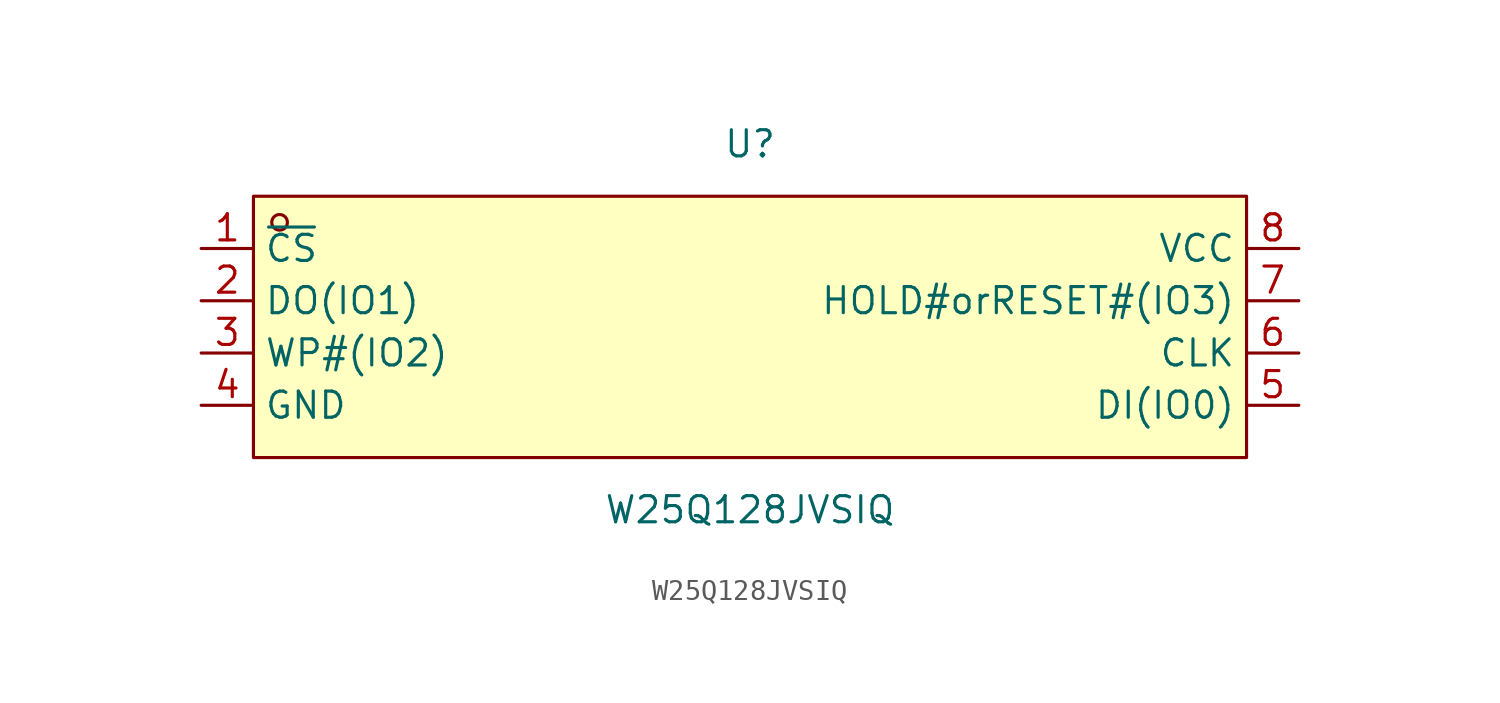
<source format=kicad_sym>
(kicad_symbol_lib
  (version 20241209)
  (generator "kicad_symbol_editor")
  (generator_version "9.0")
  (symbol "W25Q128JVSIQ"
    (property "Reference" "U"
      (at 0 8.89 0)
      (effects (font (size 1.27 1.27))))
    (property "Value" "W25Q128JVSIQ"
      (at 0 -8.89 0)
      (effects (font (size 1.27 1.27))))
    (symbol "W25Q128JVSIQ_0_1"
      (rectangle (start -24.13 6.35) (end 24.13 -6.35) (stroke (width 0) (type default)) (fill (type background)))
      (circle (center -22.86 5.08) (radius 0.38) (stroke (width 0) (type default)) (fill (type none)))
      (pin unspecified line (at -26.67 3.81 0) (length 2.54) (name "~{CS}" (effects (font (size 1.27 1.27)))) (number "1" (effects (font (size 1.27 1.27)))))
      (pin unspecified line (at -26.67 1.27 0) (length 2.54) (name "DO(IO1)" (effects (font (size 1.27 1.27)))) (number "2" (effects (font (size 1.27 1.27)))))
      (pin unspecified line (at -26.67 -1.27 0) (length 2.54) (name "WP#(IO2)" (effects (font (size 1.27 1.27)))) (number "3" (effects (font (size 1.27 1.27)))))
      (pin unspecified line (at -26.67 -3.81 0) (length 2.54) (name "GND" (effects (font (size 1.27 1.27)))) (number "4" (effects (font (size 1.27 1.27)))))
      (pin unspecified line (at 26.67 3.81 180) (length 2.54) (name "VCC" (effects (font (size 1.27 1.27)))) (number "8" (effects (font (size 1.27 1.27)))))
      (pin unspecified line (at 26.67 1.27 180) (length 2.54) (name "HOLD#orRESET#(IO3)" (effects (font (size 1.27 1.27)))) (number "7" (effects (font (size 1.27 1.27)))))
      (pin unspecified line (at 26.67 -1.27 180) (length 2.54) (name "CLK" (effects (font (size 1.27 1.27)))) (number "6" (effects (font (size 1.27 1.27)))))
      (pin unspecified line (at 26.67 -3.81 180) (length 2.54) (name "DI(IO0)" (effects (font (size 1.27 1.27)))) (number "5" (effects (font (size 1.27 1.27))))))))
</source>
